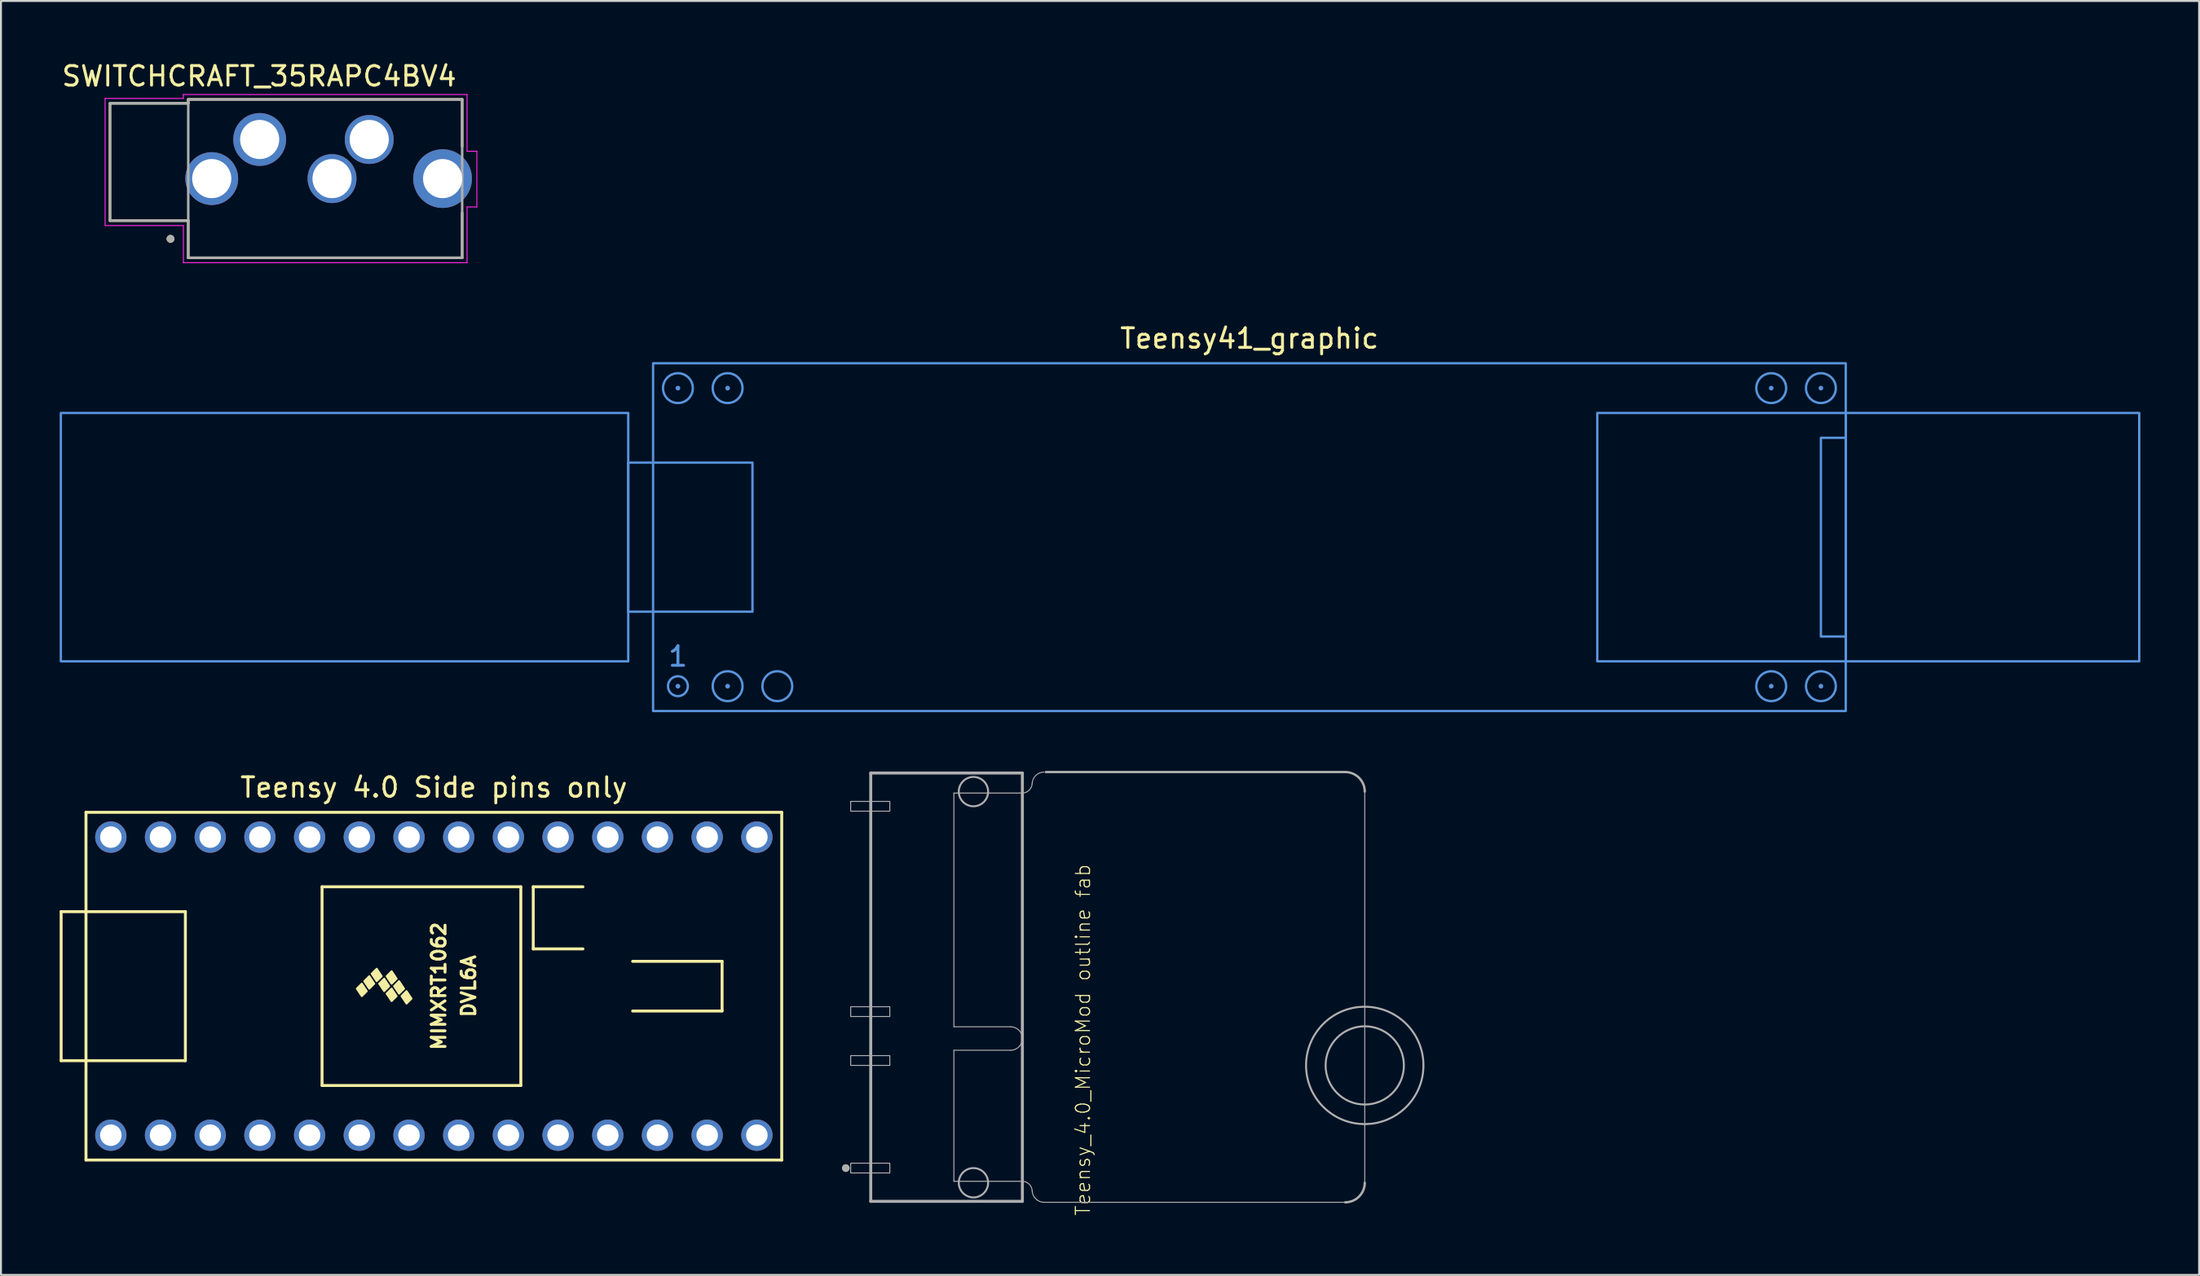
<source format=kicad_pcb>
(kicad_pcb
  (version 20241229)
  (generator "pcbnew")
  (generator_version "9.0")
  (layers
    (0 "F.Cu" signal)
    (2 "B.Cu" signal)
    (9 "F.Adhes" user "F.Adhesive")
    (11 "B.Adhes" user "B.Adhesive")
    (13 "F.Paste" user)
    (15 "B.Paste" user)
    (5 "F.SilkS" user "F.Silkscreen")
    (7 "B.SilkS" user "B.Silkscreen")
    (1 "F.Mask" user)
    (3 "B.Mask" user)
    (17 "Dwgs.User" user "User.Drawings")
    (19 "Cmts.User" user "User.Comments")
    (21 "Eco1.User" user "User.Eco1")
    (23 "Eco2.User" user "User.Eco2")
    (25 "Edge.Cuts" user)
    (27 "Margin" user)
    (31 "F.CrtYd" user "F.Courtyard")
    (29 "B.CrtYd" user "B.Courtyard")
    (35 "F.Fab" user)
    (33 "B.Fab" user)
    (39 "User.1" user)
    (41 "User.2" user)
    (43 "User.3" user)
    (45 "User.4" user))
  (footprint "Teensy 4.0 Side pins only"
    (layer "F.Cu")
    (at 19.125 47.373)
    (property "Reference" "Teensy 4.0 Side pins only" (at 0 -10.16 0) (layer "F.SilkS") (effects (font (size 1 1) (thickness 0.15))))
    (attr through_hole)
    (fp_line (start -19.05 -3.81) (end -17.78 -3.81) (stroke (width 0.15) (type solid)) (layer "F.SilkS"))
    (fp_line (start -19.05 3.81) (end -19.05 -3.81) (stroke (width 0.15) (type solid)) (layer "F.SilkS"))
    (fp_line (start -17.78 -8.89) (end 17.78 -8.89) (stroke (width 0.15) (type solid)) (layer "F.SilkS"))
    (fp_line (start -17.78 3.81) (end -19.05 3.81) (stroke (width 0.15) (type solid)) (layer "F.SilkS"))
    (fp_line (start -17.78 8.89) (end -17.78 -8.89) (stroke (width 0.15) (type solid)) (layer "F.SilkS"))
    (fp_line (start -12.7 -3.81) (end -17.78 -3.81) (stroke (width 0.15) (type solid)) (layer "F.SilkS"))
    (fp_line (start -12.7 3.81) (end -17.78 3.81) (stroke (width 0.15) (type solid)) (layer "F.SilkS"))
    (fp_line (start -12.7 3.81) (end -12.7 -3.81) (stroke (width 0.15) (type solid)) (layer "F.SilkS"))
    (fp_line (start -5.715 -5.08) (end -5.715 5.08) (stroke (width 0.15) (type solid)) (layer "F.SilkS"))
    (fp_line (start 4.445 -5.08) (end -5.715 -5.08) (stroke (width 0.15) (type solid)) (layer "F.SilkS"))
    (fp_line (start 4.445 5.08) (end -5.715 5.08) (stroke (width 0.15) (type solid)) (layer "F.SilkS"))
    (fp_line (start 4.445 5.08) (end 4.445 -5.08) (stroke (width 0.15) (type solid)) (layer "F.SilkS"))
    (fp_line (start 5.08 -5.08) (end 7.62 -5.08) (stroke (width 0.15) (type solid)) (layer "F.SilkS"))
    (fp_line (start 5.08 -1.905) (end 5.08 -5.08) (stroke (width 0.15) (type solid)) (layer "F.SilkS"))
    (fp_line (start 7.62 -1.905) (end 5.08 -1.905) (stroke (width 0.15) (type solid)) (layer "F.SilkS"))
    (fp_line (start 10.16 -1.27) (end 14.732 -1.27) (stroke (width 0.15) (type solid)) (layer "F.SilkS"))
    (fp_line (start 14.732 -1.27) (end 14.732 1.27) (stroke (width 0.15) (type solid)) (layer "F.SilkS"))
    (fp_line (start 14.732 1.27) (end 10.16 1.27) (stroke (width 0.15) (type solid)) (layer "F.SilkS"))
    (fp_line (start 17.78 -8.89) (end 17.78 8.89) (stroke (width 0.15) (type solid)) (layer "F.SilkS"))
    (fp_line (start 17.78 8.89) (end -17.78 8.89) (stroke (width 0.15) (type solid)) (layer "F.SilkS"))
    (fp_poly (pts (xy -3.937 0.127) (xy -3.683 -0.127) (xy -3.429 0.254) (xy -3.683 0.508)) (stroke (width 0.1) (type solid)) (fill yes) (layer "F.SilkS"))
    (fp_poly (pts (xy -3.556 -0.254) (xy -3.302 -0.508) (xy -3.048 -0.127) (xy -3.302 0.127)) (stroke (width 0.1) (type solid)) (fill yes) (layer "F.SilkS"))
    (fp_poly (pts (xy -3.175 -0.635) (xy -2.921 -0.889) (xy -2.667 -0.508) (xy -2.921 -0.254)) (stroke (width 0.1) (type solid)) (fill yes) (layer "F.SilkS"))
    (fp_poly (pts (xy -2.794 -0.127) (xy -2.54 -0.381) (xy -2.286 0) (xy -2.54 0.254)) (stroke (width 0.1) (type solid)) (fill yes) (layer "F.SilkS"))
    (fp_poly (pts (xy -2.413 -0.508) (xy -2.159 -0.762) (xy -1.905 -0.381) (xy -2.159 -0.127)) (stroke (width 0.1) (type solid)) (fill yes) (layer "F.SilkS"))
    (fp_poly (pts (xy -2.413 0.381) (xy -2.159 0.127) (xy -1.905 0.508) (xy -2.159 0.762)) (stroke (width 0.1) (type solid)) (fill yes) (layer "F.SilkS"))
    (fp_poly (pts (xy -2.032 0) (xy -1.778 -0.254) (xy -1.524 0.127) (xy -1.778 0.381)) (stroke (width 0.1) (type solid)) (fill yes) (layer "F.SilkS"))
    (fp_poly (pts (xy -1.651 0.508) (xy -1.397 0.254) (xy -1.143 0.635) (xy -1.397 0.889)) (stroke (width 0.1) (type solid)) (fill yes) (layer "F.SilkS"))
    (fp_text user "DVL6A" (at 1.778 0 90) (layer "F.SilkS") (effects (font (size 0.7 0.7) (thickness 0.15))))
    (fp_text user "MIMXRT1062" (at 0.254 0 90) (layer "F.SilkS") (effects (font (size 0.7 0.7) (thickness 0.15))))
    (pad "1" thru_hole circle (at -16.51 7.62) (size 1.6 1.6) (drill 1.1) (layers "*.Cu" "*.Mask"))
    (pad "2" thru_hole circle (at -13.97 7.62) (size 1.6 1.6) (drill 1.1) (layers "*.Cu" "*.Mask"))
    (pad "3" thru_hole circle (at -11.43 7.62) (size 1.6 1.6) (drill 1.1) (layers "*.Cu" "*.Mask"))
    (pad "4" thru_hole circle (at -8.89 7.62) (size 1.6 1.6) (drill 1.1) (layers "*.Cu" "*.Mask"))
    (pad "5" thru_hole circle (at -6.35 7.62) (size 1.6 1.6) (drill 1.1) (layers "*.Cu" "*.Mask"))
    (pad "6" thru_hole circle (at -3.81 7.62) (size 1.6 1.6) (drill 1.1) (layers "*.Cu" "*.Mask"))
    (pad "7" thru_hole circle (at -1.27 7.62) (size 1.6 1.6) (drill 1.1) (layers "*.Cu" "*.Mask"))
    (pad "8" thru_hole circle (at 1.27 7.62) (size 1.6 1.6) (drill 1.1) (layers "*.Cu" "*.Mask"))
    (pad "9" thru_hole circle (at 3.81 7.62) (size 1.6 1.6) (drill 1.1) (layers "*.Cu" "*.Mask"))
    (pad "10" thru_hole circle (at 6.35 7.62) (size 1.6 1.6) (drill 1.1) (layers "*.Cu" "*.Mask"))
    (pad "11" thru_hole circle (at 8.89 7.62) (size 1.6 1.6) (drill 1.1) (layers "*.Cu" "*.Mask"))
    (pad "12" thru_hole circle (at 11.43 7.62) (size 1.6 1.6) (drill 1.1) (layers "*.Cu" "*.Mask"))
    (pad "13" thru_hole circle (at 13.97 7.62) (size 1.6 1.6) (drill 1.1) (layers "*.Cu" "*.Mask"))
    (pad "14" thru_hole circle (at 16.51 7.62) (size 1.6 1.6) (drill 1.1) (layers "*.Cu" "*.Mask"))
    (pad "20" thru_hole circle (at 16.51 -7.62) (size 1.6 1.6) (drill 1.1) (layers "*.Cu" "*.Mask"))
    (pad "21" thru_hole circle (at 13.97 -7.62) (size 1.6 1.6) (drill 1.1) (layers "*.Cu" "*.Mask"))
    (pad "22" thru_hole circle (at 11.43 -7.62) (size 1.6 1.6) (drill 1.1) (layers "*.Cu" "*.Mask"))
    (pad "23" thru_hole circle (at 8.89 -7.62) (size 1.6 1.6) (drill 1.1) (layers "*.Cu" "*.Mask"))
    (pad "24" thru_hole circle (at 6.35 -7.62) (size 1.6 1.6) (drill 1.1) (layers "*.Cu" "*.Mask"))
    (pad "25" thru_hole circle (at 3.81 -7.62) (size 1.6 1.6) (drill 1.1) (layers "*.Cu" "*.Mask"))
    (pad "26" thru_hole circle (at 1.27 -7.62) (size 1.6 1.6) (drill 1.1) (layers "*.Cu" "*.Mask"))
    (pad "27" thru_hole circle (at -1.27 -7.62) (size 1.6 1.6) (drill 1.1) (layers "*.Cu" "*.Mask"))
    (pad "28" thru_hole circle (at -3.81 -7.62) (size 1.6 1.6) (drill 1.1) (layers "*.Cu" "*.Mask"))
    (pad "29" thru_hole circle (at -6.35 -7.62) (size 1.6 1.6) (drill 1.1) (layers "*.Cu" "*.Mask"))
    (pad "30" thru_hole circle (at -8.89 -7.62) (size 1.6 1.6) (drill 1.1) (layers "*.Cu" "*.Mask"))
    (pad "31" thru_hole circle (at -11.43 -7.62) (size 1.6 1.6) (drill 1.1) (layers "*.Cu" "*.Mask"))
    (pad "32" thru_hole circle (at -13.97 -7.62) (size 1.6 1.6) (drill 1.1) (layers "*.Cu" "*.Mask"))
    (pad "33" thru_hole circle (at -16.51 -7.62) (size 1.6 1.6) (drill 1.1) (layers "*.Cu" "*.Mask")))
  (footprint "Teensy_4.0_MicroMod outline fab"
    (layer "F.Cu")
    (at 49.205 50.125)
    (property "Reference" "Teensy_4.0_MicroMod outline fab" (at 3.1 0 90) (layer "F.SilkS") (effects (font (size 0.724 0.724) (thickness 0.058))))
    (attr through_hole exclude_from_pos_files exclude_from_bom)
    (fp_line (start -7.75 -13.65) (end -7.75 8.25) (stroke (width 0.152) (type solid)) (layer "F.Fab"))
    (fp_line (start -7.75 8.25) (end 0 8.25) (stroke (width 0.152) (type solid)) (layer "F.Fab"))
    (fp_line (start -3.5 -12.625) (end 0 -12.625) (stroke (width 0.051) (type solid)) (layer "F.Fab"))
    (fp_line (start -3.5 -0.675) (end -3.5 -12.625) (stroke (width 0.051) (type solid)) (layer "F.Fab"))
    (fp_line (start -3.5 7.225) (end -3.5 0.525) (stroke (width 0.051) (type solid)) (layer "F.Fab"))
    (fp_line (start -0.6 -0.675) (end -3.5 -0.675) (stroke (width 0.051) (type solid)) (layer "F.Fab"))
    (fp_line (start -0.6 0.525) (end -3.5 0.525) (stroke (width 0.051) (type solid)) (layer "F.Fab"))
    (fp_line (start 0 -13.65) (end -7.75 -13.65) (stroke (width 0.152) (type solid)) (layer "F.Fab"))
    (fp_line (start 0 7.225) (end -3.5 7.225) (stroke (width 0.051) (type solid)) (layer "F.Fab"))
    (fp_line (start 0 8.25) (end 0 -13.65) (stroke (width 0.152) (type solid)) (layer "F.Fab"))
    (fp_line (start 1.2 -13.7) (end 16.5 -13.7) (stroke (width 0.12) (type solid)) (layer "F.Fab"))
    (fp_line (start 16.5 8.3) (end 1.1 8.3) (stroke (width 0.05) (type solid)) (layer "F.Fab"))
    (fp_line (start 17.5 7.3) (end 17.5 -12.7) (stroke (width 0.051) (type solid)) (layer "F.Fab"))
    (fp_rect (start -8.775 -12.2) (end -6.775 -11.7) (stroke (width 0.05) (type solid)) (fill no) (layer "F.Fab"))
    (fp_rect (start -8.775 -1.7) (end -6.775 -1.2) (stroke (width 0.05) (type solid)) (fill no) (layer "F.Fab"))
    (fp_rect (start -8.775 0.8) (end -6.775 1.3) (stroke (width 0.05) (type solid)) (fill no) (layer "F.Fab"))
    (fp_rect (start -8.775 6.3) (end -6.775 6.8) (stroke (width 0.05) (type solid)) (fill no) (layer "F.Fab"))
    (fp_arc (start -0.6 -0.675) (mid 0 -0.075) (end -0.6 0.525) (stroke (width 0.0508) (type solid)) (layer "F.Fab"))
    (fp_arc (start 0 7.225) (mid 0.342298 7.365344) (end 0.5 7.7) (stroke (width 0.0508) (type solid)) (layer "F.Fab"))
    (fp_arc (start 0.499999 -13.100001) (mid 0.680638 -13.519362) (end 1.1 -13.7) (stroke (width 0.05) (type solid)) (layer "F.Fab"))
    (fp_arc (start 0.5 -13.1) (mid 0.340954 -12.766759) (end 0 -12.625) (stroke (width 0.0508) (type solid)) (layer "F.Fab"))
    (fp_arc (start 1.099999 8.299999) (mid 0.680638 8.119361) (end 0.5 7.7) (stroke (width 0.05) (type solid)) (layer "F.Fab"))
    (fp_arc (start 16.5 -13.7) (mid 17.2 -13.4) (end 17.5 -12.7) (stroke (width 0.05) (type solid)) (layer "F.Fab"))
    (fp_arc (start 16.5 -13.7) (mid 17.207107 -13.407107) (end 17.5 -12.7) (stroke (width 0.12) (type solid)) (layer "F.Fab"))
    (fp_arc (start 17.5 7.3) (mid 17.207107 8.007107) (end 16.5 8.3) (stroke (width 0.12) (type solid)) (layer "F.Fab"))
    (fp_circle (center -9.025 6.55) (end -8.925 6.55) (stroke (width 0.2) (type solid)) (fill no) (layer "F.Fab"))
    (fp_circle (center -2.5 -12.7) (end -1.75 -12.7) (stroke (width 0.1) (type solid)) (fill no) (layer "F.Fab"))
    (fp_circle (center -2.5 7.3) (end -1.75 7.3) (stroke (width 0.1) (type solid)) (fill no) (layer "F.Fab"))
    (fp_circle (center 17.5 1.3) (end 17.5 4.3) (stroke (width 0.05) (type solid)) (fill no) (layer "F.Fab"))
    (fp_circle (center 17.5 1.3) (end 19.5 1.3) (stroke (width 0.1) (type solid)) (fill no) (layer "F.Fab"))
    (fp_circle (center 17.5 1.3) (end 20.5 1.3) (stroke (width 0.1) (type solid)) (fill no) (layer "F.Fab")))
  (footprint "SWITCHCRAFT_35RAPC4BV4"
    (layer "F.Cu")
    (at 11.572 6.082)
    (property "Reference" "SWITCHCRAFT_35RAPC4BV4" (at -1.376 -5.234 0) (layer "F.SilkS") (effects (font (size 1 1) (thickness 0.15))))
    (attr through_hole)
    (fp_line (start -9 -3.85) (end -5 -3.85) (stroke (width 0.127) (type solid)) (layer "F.SilkS"))
    (fp_line (start -9 2.15) (end -9 -3.85) (stroke (width 0.127) (type solid)) (layer "F.SilkS"))
    (fp_line (start -5 -4.05) (end 9 -4.05) (stroke (width 0.127) (type solid)) (layer "F.SilkS"))
    (fp_line (start -5 -3.85) (end -5 -4.05) (stroke (width 0.127) (type solid)) (layer "F.SilkS"))
    (fp_line (start -5 2.15) (end -9 2.15) (stroke (width 0.127) (type solid)) (layer "F.SilkS"))
    (fp_line (start -5 4.05) (end -5 2.15) (stroke (width 0.127) (type solid)) (layer "F.SilkS"))
    (fp_line (start 9 -4.05) (end 9 -1.65) (stroke (width 0.127) (type solid)) (layer "F.SilkS"))
    (fp_line (start 9 1.75) (end 9 4.05) (stroke (width 0.127) (type solid)) (layer "F.SilkS"))
    (fp_line (start 9 4.05) (end -5 4.05) (stroke (width 0.127) (type solid)) (layer "F.SilkS"))
    (fp_circle (center -5.907 3.08) (end -5.807 3.08) (stroke (width 0.2) (type solid)) (fill no) (layer "F.SilkS"))
    (fp_line (start -9.25 -4.1) (end -5.25 -4.1) (stroke (width 0.05) (type solid)) (layer "F.CrtYd"))
    (fp_line (start -9.25 2.4) (end -9.25 -4.1) (stroke (width 0.05) (type solid)) (layer "F.CrtYd"))
    (fp_line (start -5.25 -4.3) (end 9.25 -4.3) (stroke (width 0.05) (type solid)) (layer "F.CrtYd"))
    (fp_line (start -5.25 -4.1) (end -5.25 -4.3) (stroke (width 0.05) (type solid)) (layer "F.CrtYd"))
    (fp_line (start -5.25 2.4) (end -9.25 2.4) (stroke (width 0.05) (type solid)) (layer "F.CrtYd"))
    (fp_line (start -5.25 4.3) (end -5.25 2.4) (stroke (width 0.05) (type solid)) (layer "F.CrtYd"))
    (fp_line (start 9.25 -4.3) (end 9.25 -1.4) (stroke (width 0.05) (type solid)) (layer "F.CrtYd"))
    (fp_line (start 9.25 -1.4) (end 9.75 -1.4) (stroke (width 0.05) (type solid)) (layer "F.CrtYd"))
    (fp_line (start 9.25 1.45) (end 9.25 4.3) (stroke (width 0.05) (type solid)) (layer "F.CrtYd"))
    (fp_line (start 9.25 4.3) (end -5.25 4.3) (stroke (width 0.05) (type solid)) (layer "F.CrtYd"))
    (fp_line (start 9.75 -1.4) (end 9.75 1.45) (stroke (width 0.05) (type solid)) (layer "F.CrtYd"))
    (fp_line (start 9.75 1.45) (end 9.25 1.45) (stroke (width 0.05) (type solid)) (layer "F.CrtYd"))
    (fp_line (start -9 -3.85) (end -5 -3.85) (stroke (width 0.127) (type solid)) (layer "F.Fab"))
    (fp_line (start -9 2.15) (end -9 -3.85) (stroke (width 0.127) (type solid)) (layer "F.Fab"))
    (fp_line (start -5 -4.05) (end -5 4.05) (stroke (width 0.127) (type solid)) (layer "F.Fab"))
    (fp_line (start -5 -4.05) (end 9 -4.05) (stroke (width 0.127) (type solid)) (layer "F.Fab"))
    (fp_line (start -5 2.15) (end -9 2.15) (stroke (width 0.127) (type solid)) (layer "F.Fab"))
    (fp_line (start 9 -4.05) (end 9 4.05) (stroke (width 0.127) (type solid)) (layer "F.Fab"))
    (fp_line (start 9 4.05) (end -5 4.05) (stroke (width 0.127) (type solid)) (layer "F.Fab"))
    (fp_circle (center -5.907 3.08) (end -5.807 3.08) (stroke (width 0.2) (type solid)) (fill no) (layer "F.Fab"))
    (pad "1" thru_hole circle (at -3.8 0) (size 2.7 2.7) (drill 2) (layers "*.Cu" "*.Mask"))
    (pad "2" thru_hole circle (at -1.35 -2) (size 2.7 2.7) (drill 2) (layers "*.Cu" "*.Mask"))
    (pad "3" thru_hole circle (at 2.35 0) (size 2.5 2.5) (drill 2) (layers "*.Cu" "*.Mask"))
    (pad "4" thru_hole circle (at 4.25 -2) (size 2.5 2.5) (drill 2) (layers "*.Cu" "*.Mask"))
    (pad "5" thru_hole circle (at 8 0) (size 3 3) (drill 2) (layers "*.Cu" "*.Mask")))
  (footprint "Teensy41_graphic"
    (layer "F.Cu")
    (at 60.81 24.415)
    (property "Reference" "Teensy41_graphic" (at 0 -10.16 0) (layer "F.SilkS") (effects (font (size 1 1) (thickness 0.15))))
    (attr through_hole)
    (fp_rect (start -60.75 6.35) (end -31.75 -6.35) (stroke (width 0.12) (type solid)) (fill no) (layer "Cmts.User"))
    (fp_rect (start -31.75 -3.81) (end -25.4 3.81) (stroke (width 0.12) (type solid)) (fill no) (layer "Cmts.User"))
    (fp_rect (start -30.48 -8.89) (end 30.48 8.89) (stroke (width 0.12) (type solid)) (fill no) (layer "Cmts.User"))
    (fp_rect (start 17.78 -6.35) (end 30.48 6.35) (stroke (width 0.12) (type solid)) (fill no) (layer "Cmts.User"))
    (fp_rect (start 29.21 -5.08) (end 30.48 5.08) (stroke (width 0.12) (type solid)) (fill no) (layer "Cmts.User"))
    (fp_rect (start 30.48 6.35) (end 45.48 -6.35) (stroke (width 0.12) (type solid)) (fill no) (layer "Cmts.User"))
    (fp_circle (center -29.21 -7.62) (end -29.21 -7.62) (stroke (width 0.12) (type solid)) (fill no) (layer "Cmts.User"))
    (fp_circle (center -29.21 -7.62) (end -28.448 -7.62) (stroke (width 0.12) (type solid)) (fill no) (layer "Cmts.User"))
    (fp_circle (center -29.21 7.62) (end -29.21 7.62) (stroke (width 0.12) (type solid)) (fill no) (layer "Cmts.User"))
    (fp_circle (center -29.21 7.62) (end -28.702 7.62) (stroke (width 0.12) (type solid)) (fill no) (layer "Cmts.User"))
    (fp_circle (center -26.67 -7.62) (end -26.67 -7.62) (stroke (width 0.12) (type solid)) (fill no) (layer "Cmts.User"))
    (fp_circle (center -26.67 -7.62) (end -25.908 -7.62) (stroke (width 0.12) (type solid)) (fill no) (layer "Cmts.User"))
    (fp_circle (center -26.67 7.62) (end -26.67 7.62) (stroke (width 0.12) (type solid)) (fill no) (layer "Cmts.User"))
    (fp_circle (center -26.67 7.62) (end -25.908 7.62) (stroke (width 0.12) (type solid)) (fill no) (layer "Cmts.User"))
    (fp_circle (center -24.13 7.62) (end -23.368 7.62) (stroke (width 0.12) (type solid)) (fill no) (layer "Cmts.User"))
    (fp_circle (center 26.67 -7.62) (end 26.67 -7.62) (stroke (width 0.12) (type solid)) (fill no) (layer "Cmts.User"))
    (fp_circle (center 26.67 -7.62) (end 27.432 -7.62) (stroke (width 0.12) (type solid)) (fill no) (layer "Cmts.User"))
    (fp_circle (center 26.67 7.62) (end 26.67 7.62) (stroke (width 0.12) (type solid)) (fill no) (layer "Cmts.User"))
    (fp_circle (center 26.67 7.62) (end 27.432 7.62) (stroke (width 0.12) (type solid)) (fill no) (layer "Cmts.User"))
    (fp_circle (center 29.21 -7.62) (end 29.21 -7.62) (stroke (width 0.12) (type solid)) (fill no) (layer "Cmts.User"))
    (fp_circle (center 29.21 -7.62) (end 29.972 -7.62) (stroke (width 0.12) (type solid)) (fill no) (layer "Cmts.User"))
    (fp_circle (center 29.21 7.62) (end 29.21 7.62) (stroke (width 0.12) (type solid)) (fill no) (layer "Cmts.User"))
    (fp_circle (center 29.21 7.62) (end 29.972 7.62) (stroke (width 0.12) (type solid)) (fill no) (layer "Cmts.User"))
    (fp_text user "1" (at -29.21 6.096 0) (unlocked yes) (layer "Cmts.User") (effects (font (size 1 1) (thickness 0.15)))))
  (gr_rect
    (start -3 -3)
    (end 109.35 62.137)
    (stroke (width 0.1) (type default))
    (fill no)
    (layer "Edge.Cuts")))
</source>
